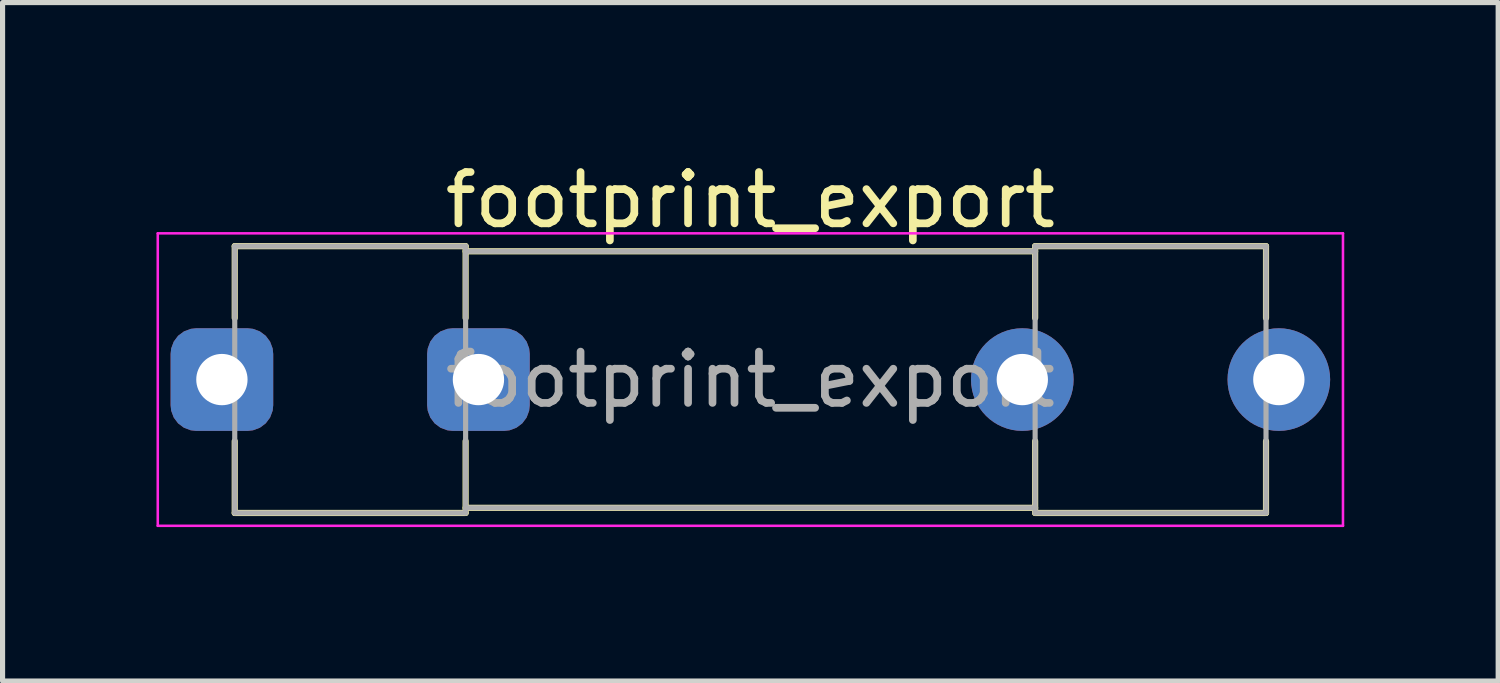
<source format=kicad_pcb>
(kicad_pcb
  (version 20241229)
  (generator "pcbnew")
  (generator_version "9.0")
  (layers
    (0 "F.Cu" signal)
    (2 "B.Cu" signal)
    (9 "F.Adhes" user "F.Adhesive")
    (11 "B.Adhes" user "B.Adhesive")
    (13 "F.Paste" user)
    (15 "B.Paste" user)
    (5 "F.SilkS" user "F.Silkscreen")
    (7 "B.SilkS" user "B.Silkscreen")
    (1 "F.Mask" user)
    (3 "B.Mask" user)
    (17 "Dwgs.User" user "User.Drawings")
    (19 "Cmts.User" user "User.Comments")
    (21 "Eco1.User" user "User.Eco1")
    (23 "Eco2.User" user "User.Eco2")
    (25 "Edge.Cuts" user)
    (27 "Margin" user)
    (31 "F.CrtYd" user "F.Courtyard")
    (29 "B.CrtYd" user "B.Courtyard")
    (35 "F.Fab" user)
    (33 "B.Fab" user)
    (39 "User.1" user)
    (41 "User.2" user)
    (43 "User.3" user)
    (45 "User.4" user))
  (footprint "footprint_export"
    (layer "F.Cu")
    (at 1.275 4.348)
    (property "Reference" "footprint_export" (at 10.3 -3.5 0) (layer "F.SilkS") (effects (font (size 1 1) (thickness 0.15))))
    (attr through_hole)
    (fp_line (start 0.25 -2.6) (end 0.25 -1.2) (stroke (width 0.12) (type solid)) (layer "F.SilkS"))
    (fp_line (start 0.25 2.6) (end 0.25 1.2) (stroke (width 0.12) (type solid)) (layer "F.SilkS"))
    (fp_line (start 4.75 -2.6) (end 0.25 -2.6) (stroke (width 0.12) (type solid)) (layer "F.SilkS"))
    (fp_line (start 4.75 -2.6) (end 4.75 -1.2) (stroke (width 0.12) (type solid)) (layer "F.SilkS"))
    (fp_line (start 4.75 2.6) (end 0.25 2.6) (stroke (width 0.12) (type solid)) (layer "F.SilkS"))
    (fp_line (start 4.75 2.6) (end 4.75 1.2) (stroke (width 0.12) (type solid)) (layer "F.SilkS"))
    (fp_line (start 15.85 -2.6) (end 15.85 -1.2) (stroke (width 0.12) (type solid)) (layer "F.SilkS"))
    (fp_line (start 15.85 -2.5) (end 4.75 -2.5) (stroke (width 0.12) (type solid)) (layer "F.SilkS"))
    (fp_line (start 15.85 2.5) (end 4.75 2.5) (stroke (width 0.12) (type solid)) (layer "F.SilkS"))
    (fp_line (start 15.85 2.6) (end 15.85 1.2) (stroke (width 0.12) (type solid)) (layer "F.SilkS"))
    (fp_line (start 15.85 2.6) (end 20.35 2.6) (stroke (width 0.12) (type solid)) (layer "F.SilkS"))
    (fp_line (start 20.35 -2.6) (end 15.85 -2.6) (stroke (width 0.12) (type solid)) (layer "F.SilkS"))
    (fp_line (start 20.35 -1.2) (end 20.35 -2.6) (stroke (width 0.12) (type solid)) (layer "F.SilkS"))
    (fp_line (start 20.35 1.2) (end 20.35 2.6) (stroke (width 0.12) (type solid)) (layer "F.SilkS"))
    (fp_line (start -1.25 -2.85) (end -1.25 2.85) (stroke (width 0.05) (type solid)) (layer "F.CrtYd"))
    (fp_line (start -1.25 -2.85) (end 21.85 -2.85) (stroke (width 0.05) (type solid)) (layer "F.CrtYd"))
    (fp_line (start 21.85 2.85) (end -1.25 2.85) (stroke (width 0.05) (type solid)) (layer "F.CrtYd"))
    (fp_line (start 21.85 2.85) (end 21.85 -2.85) (stroke (width 0.05) (type solid)) (layer "F.CrtYd"))
    (fp_line (start 0.25 -2.6) (end 4.75 -2.6) (stroke (width 0.1) (type solid)) (layer "F.Fab"))
    (fp_line (start 0.25 2.6) (end 0.25 -2.6) (stroke (width 0.1) (type solid)) (layer "F.Fab"))
    (fp_line (start 4.75 -2.6) (end 4.75 2.6) (stroke (width 0.1) (type solid)) (layer "F.Fab"))
    (fp_line (start 4.75 -2.5) (end 15.85 -2.5) (stroke (width 0.1) (type solid)) (layer "F.Fab"))
    (fp_line (start 4.75 2.6) (end 0.25 2.6) (stroke (width 0.1) (type solid)) (layer "F.Fab"))
    (fp_line (start 15.85 -2.6) (end 15.85 2.6) (stroke (width 0.1) (type solid)) (layer "F.Fab"))
    (fp_line (start 15.85 2.5) (end 4.75 2.5) (stroke (width 0.1) (type solid)) (layer "F.Fab"))
    (fp_line (start 15.85 2.6) (end 20.35 2.6) (stroke (width 0.1) (type solid)) (layer "F.Fab"))
    (fp_line (start 20.35 -2.6) (end 15.85 -2.6) (stroke (width 0.1) (type solid)) (layer "F.Fab"))
    (fp_line (start 20.35 2.6) (end 20.35 -2.6) (stroke (width 0.1) (type solid)) (layer "F.Fab"))
    (fp_text user "${REFERENCE}" (at 10.3 0 0) (layer "F.Fab") (effects (font (size 1 1) (thickness 0.15))))
    (pad "1" thru_hole roundrect (at 0 0) (size 2 2) (drill 1) (layers "*.Cu" "*.Mask") (roundrect_rratio 0.25))
    (pad "1" thru_hole roundrect (at 5 0) (size 2 2) (drill 1) (layers "*.Cu" "*.Mask") (roundrect_rratio 0.25))
    (pad "2" thru_hole circle (at 15.6 0) (size 2 2) (drill 1) (layers "*.Cu" "*.Mask"))
    (pad "2" thru_hole circle (at 20.6 0) (size 2 2) (drill 1) (layers "*.Cu" "*.Mask")))
  (gr_rect
    (start -3 -3)
    (end 26.15 10.223)
    (stroke (width 0.1) (type default))
    (fill no)
    (layer "Edge.Cuts")))
</source>
